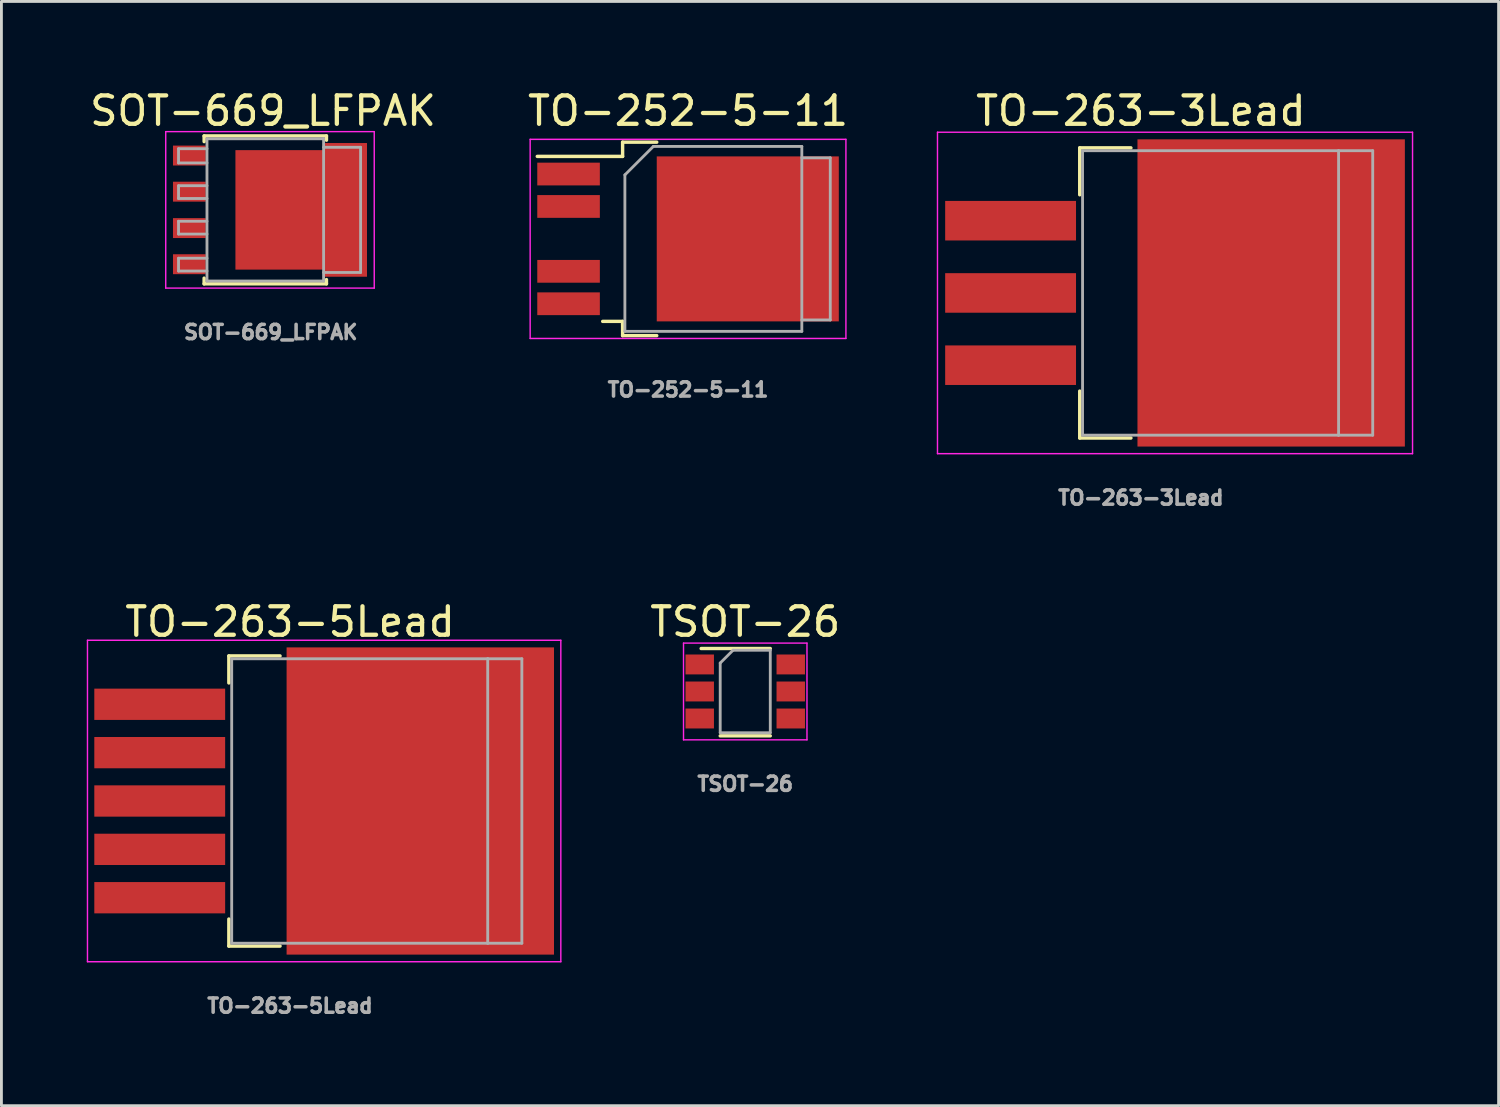
<source format=kicad_pcb>
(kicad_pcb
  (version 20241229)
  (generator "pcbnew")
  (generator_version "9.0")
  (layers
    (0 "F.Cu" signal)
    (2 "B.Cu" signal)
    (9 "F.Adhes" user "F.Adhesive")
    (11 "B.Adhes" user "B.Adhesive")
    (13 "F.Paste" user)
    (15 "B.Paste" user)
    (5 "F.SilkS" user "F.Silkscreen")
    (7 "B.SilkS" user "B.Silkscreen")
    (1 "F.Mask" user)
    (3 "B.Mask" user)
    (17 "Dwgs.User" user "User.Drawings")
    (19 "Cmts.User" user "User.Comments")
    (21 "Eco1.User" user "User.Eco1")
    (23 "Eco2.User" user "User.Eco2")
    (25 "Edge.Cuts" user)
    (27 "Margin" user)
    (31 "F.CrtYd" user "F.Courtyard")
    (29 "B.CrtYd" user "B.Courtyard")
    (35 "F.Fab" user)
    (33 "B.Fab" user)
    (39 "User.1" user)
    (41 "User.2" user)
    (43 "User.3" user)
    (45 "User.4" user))
  (footprint "TSOT-26"
    (layer "F.Cu")
    (at 23.148 21.258)
    (property "Reference" "TSOT-26" (at 0 -2.45 0) (layer "F.SilkS") (effects (font (size 1 1) (thickness 0.15))))
    (attr smd)
    (fp_line (start -0.88 1.56) (end 0.88 1.56) (stroke (width 0.12) (type solid)) (layer "F.SilkS"))
    (fp_line (start 0.88 -1.51) (end -1.55 -1.51) (stroke (width 0.12) (type solid)) (layer "F.SilkS"))
    (fp_line (start -2.17 -1.7) (end -2.17 1.7) (stroke (width 0.05) (type solid)) (layer "F.CrtYd"))
    (fp_line (start -2.17 -1.7) (end 2.17 -1.7) (stroke (width 0.05) (type solid)) (layer "F.CrtYd"))
    (fp_line (start 2.17 1.7) (end -2.17 1.7) (stroke (width 0.05) (type solid)) (layer "F.CrtYd"))
    (fp_line (start 2.17 1.7) (end 2.17 -1.7) (stroke (width 0.05) (type solid)) (layer "F.CrtYd"))
    (fp_line (start -0.88 -1) (end -0.88 1.45) (stroke (width 0.1) (type solid)) (layer "F.Fab"))
    (fp_line (start -0.88 -1) (end -0.43 -1.45) (stroke (width 0.1) (type solid)) (layer "F.Fab"))
    (fp_line (start 0.88 -1.45) (end -0.43 -1.45) (stroke (width 0.1) (type solid)) (layer "F.Fab"))
    (fp_line (start 0.88 -1.45) (end 0.88 1.45) (stroke (width 0.1) (type solid)) (layer "F.Fab"))
    (fp_line (start 0.88 1.45) (end -0.88 1.45) (stroke (width 0.1) (type solid)) (layer "F.Fab"))
    (fp_text user "${REFERENCE}" (at 0 3.25 0) (layer "F.Fab") (effects (font (size 0.5 0.5) (thickness 0.125))))
    (pad "1" smd rect (at -1.6 -0.95) (size 1 0.7) (layers "F.Cu" "F.Mask" "F.Paste"))
    (pad "2" smd rect (at -1.6 0) (size 1 0.7) (layers "F.Cu" "F.Mask" "F.Paste"))
    (pad "3" smd rect (at -1.6 0.95) (size 1 0.7) (layers "F.Cu" "F.Mask" "F.Paste"))
    (pad "4" smd rect (at 1.6 0.95) (size 1 0.7) (layers "F.Cu" "F.Mask" "F.Paste"))
    (pad "5" smd rect (at 1.6 0) (size 1 0.7) (layers "F.Cu" "F.Mask" "F.Paste"))
    (pad "6" smd rect (at 1.6 -0.95) (size 1 0.7) (layers "F.Cu" "F.Mask" "F.Paste")))
  (footprint "SOT-669_LFPAK"
    (layer "F.Cu")
    (at 6.466 4.328)
    (property "Reference" "SOT-669_LFPAK" (at -0.27 -3.48 0) (layer "F.SilkS") (effects (font (size 1 1) (thickness 0.15))))
    (attr smd)
    (fp_line (start -2.34 -2.6) (end -2.34 -2.4) (stroke (width 0.12) (type solid)) (layer "F.SilkS"))
    (fp_line (start -2.34 2.4) (end -2.34 2.6) (stroke (width 0.12) (type solid)) (layer "F.SilkS"))
    (fp_line (start -2.34 2.6) (end 1.96 2.6) (stroke (width 0.12) (type solid)) (layer "F.SilkS"))
    (fp_line (start 1.96 -2.6) (end -2.34 -2.6) (stroke (width 0.12) (type solid)) (layer "F.SilkS"))
    (fp_line (start 1.96 -2.45) (end 1.96 -2.6) (stroke (width 0.12) (type solid)) (layer "F.SilkS"))
    (fp_line (start 1.96 2.6) (end 1.96 2.45) (stroke (width 0.12) (type solid)) (layer "F.SilkS"))
    (fp_line (start -3.69 2.75) (end -3.69 -2.75) (stroke (width 0.05) (type solid)) (layer "F.CrtYd"))
    (fp_line (start -3.69 2.75) (end 3.64 2.75) (stroke (width 0.05) (type solid)) (layer "F.CrtYd"))
    (fp_line (start 3.64 -2.75) (end -3.69 -2.75) (stroke (width 0.05) (type solid)) (layer "F.CrtYd"))
    (fp_line (start 3.64 -2.75) (end 3.64 2.75) (stroke (width 0.05) (type solid)) (layer "F.CrtYd"))
    (fp_line (start -3.24 -2.15) (end -3.24 -1.65) (stroke (width 0.1) (type solid)) (layer "F.Fab"))
    (fp_line (start -3.24 -2.15) (end -2.24 -2.15) (stroke (width 0.1) (type solid)) (layer "F.Fab"))
    (fp_line (start -3.24 -1.65) (end -2.24 -1.65) (stroke (width 0.1) (type solid)) (layer "F.Fab"))
    (fp_line (start -3.24 -0.85) (end -3.24 -0.4) (stroke (width 0.1) (type solid)) (layer "F.Fab"))
    (fp_line (start -3.24 -0.4) (end -2.24 -0.4) (stroke (width 0.1) (type solid)) (layer "F.Fab"))
    (fp_line (start -3.24 0.4) (end -3.24 0.85) (stroke (width 0.1) (type solid)) (layer "F.Fab"))
    (fp_line (start -3.24 0.85) (end -2.24 0.85) (stroke (width 0.1) (type solid)) (layer "F.Fab"))
    (fp_line (start -3.24 1.7) (end -3.24 2.15) (stroke (width 0.1) (type solid)) (layer "F.Fab"))
    (fp_line (start -3.24 2.15) (end -2.24 2.15) (stroke (width 0.1) (type solid)) (layer "F.Fab"))
    (fp_line (start -2.24 -2.5) (end -2.24 2.5) (stroke (width 0.1) (type solid)) (layer "F.Fab"))
    (fp_line (start -2.24 -0.85) (end -3.24 -0.85) (stroke (width 0.1) (type solid)) (layer "F.Fab"))
    (fp_line (start -2.24 0.4) (end -3.24 0.4) (stroke (width 0.1) (type solid)) (layer "F.Fab"))
    (fp_line (start -2.24 1.7) (end -3.24 1.7) (stroke (width 0.1) (type solid)) (layer "F.Fab"))
    (fp_line (start -2.24 2.5) (end 1.86 2.5) (stroke (width 0.1) (type solid)) (layer "F.Fab"))
    (fp_line (start 1.86 -2.5) (end -2.24 -2.5) (stroke (width 0.1) (type solid)) (layer "F.Fab"))
    (fp_line (start 1.86 2.5) (end 1.86 -2.5) (stroke (width 0.1) (type solid)) (layer "F.Fab"))
    (fp_line (start 3.16 -2.2) (end 1.86 -2.2) (stroke (width 0.1) (type solid)) (layer "F.Fab"))
    (fp_line (start 3.16 -2.2) (end 3.16 2.2) (stroke (width 0.1) (type solid)) (layer "F.Fab"))
    (fp_line (start 3.16 2.2) (end 1.86 2.2) (stroke (width 0.1) (type solid)) (layer "F.Fab"))
    (fp_text user "${REFERENCE}" (at 0 4.3 0) (layer "F.Fab") (effects (font (size 0.5 0.5) (thickness 0.125))))
    (pad "1" smd rect (at -2.86 -1.91 270) (size 0.7 1.15) (layers "F.Cu" "F.Mask" "F.Paste"))
    (pad "2" smd rect (at -2.86 -0.64 270) (size 0.7 1.15) (layers "F.Cu" "F.Mask" "F.Paste"))
    (pad "3" smd rect (at -2.86 0.64 270) (size 0.7 1.15) (layers "F.Cu" "F.Mask" "F.Paste"))
    (pad "4" smd rect (at -2.86 1.91 270) (size 0.7 1.15) (layers "F.Cu" "F.Mask" "F.Paste"))
    (pad "5" smd rect (at -0.69 -1.15) (size 0.6 0.9) (layers "F.Cu" "F.Mask" "F.Paste"))
    (pad "5" smd rect (at -0.69 0) (size 0.6 0.9) (layers "F.Cu" "F.Mask" "F.Paste"))
    (pad "5" smd rect (at -0.69 1.15) (size 0.6 0.9) (layers "F.Cu" "F.Mask" "F.Paste"))
    (pad "5" smd rect (at 0.16 -1.15) (size 0.6 0.9) (layers "F.Cu" "F.Mask" "F.Paste"))
    (pad "5" smd rect (at 0.16 0) (size 0.6 0.9) (layers "F.Cu" "F.Mask" "F.Paste"))
    (pad "5" smd rect (at 0.16 1.15) (size 0.6 0.9) (layers "F.Cu" "F.Mask" "F.Paste"))
    (pad "5" smd rect (at 0.41 0 270) (size 4.2 3.3) (layers "F.Cu" "F.Mask" "F.Paste"))
    (pad "5" smd rect (at 1.01 -1.15) (size 0.6 0.9) (layers "F.Cu" "F.Mask" "F.Paste"))
    (pad "5" smd rect (at 1.01 0) (size 0.6 0.9) (layers "F.Cu" "F.Mask" "F.Paste"))
    (pad "5" smd rect (at 1.01 1.15) (size 0.6 0.9) (layers "F.Cu" "F.Mask" "F.Paste"))
    (pad "5" smd rect (at 2.61 0 270) (size 4.7 1.55) (layers "F.Cu" "F.Mask" "F.Paste"))
    (pad "5" smd rect (at 2.86 -1.88 270) (size 0.6 0.9) (layers "F.Cu" "F.Mask" "F.Paste"))
    (pad "5" smd rect (at 2.86 -0.6 270) (size 0.6 0.9) (layers "F.Cu" "F.Mask" "F.Paste"))
    (pad "5" smd rect (at 2.86 0.6 270) (size 0.6 0.9) (layers "F.Cu" "F.Mask" "F.Paste"))
    (pad "5" smd rect (at 2.86 1.88 270) (size 0.6 0.9) (layers "F.Cu" "F.Mask" "F.Paste")))
  (footprint "TO-263-3Lead"
    (layer "F.Cu")
    (at 37.056 7.248)
    (property "Reference" "TO-263-3Lead" (at 0 -6.4 180) (layer "F.SilkS") (effects (font (size 1 1) (thickness 0.15))))
    (attr smd)
    (fp_line (start -2.15 -5.1) (end -2.15 -3.45) (stroke (width 0.12) (type solid)) (layer "F.SilkS"))
    (fp_line (start -2.15 3.45) (end -2.15 5.1) (stroke (width 0.12) (type solid)) (layer "F.SilkS"))
    (fp_line (start -2.15 5.1) (end -0.35 5.1) (stroke (width 0.12) (type solid)) (layer "F.SilkS"))
    (fp_line (start -0.35 -5.1) (end -2.15 -5.1) (stroke (width 0.12) (type solid)) (layer "F.SilkS"))
    (fp_line (start -7.15 -5.65) (end -7.15 5.65) (stroke (width 0.05) (type solid)) (layer "F.CrtYd"))
    (fp_line (start 9.55 -5.65) (end -7.15 -5.65) (stroke (width 0.05) (type solid)) (layer "F.CrtYd"))
    (fp_line (start 9.55 -5.65) (end 9.55 5.65) (stroke (width 0.05) (type solid)) (layer "F.CrtYd"))
    (fp_line (start 9.55 5.65) (end -7.15 5.65) (stroke (width 0.05) (type solid)) (layer "F.CrtYd"))
    (fp_line (start -2.05 -5) (end -2.05 5) (stroke (width 0.1) (type solid)) (layer "F.Fab"))
    (fp_line (start -2.05 5) (end 6.95 5) (stroke (width 0.1) (type solid)) (layer "F.Fab"))
    (fp_line (start 6.95 -5) (end -2.05 -5) (stroke (width 0.1) (type solid)) (layer "F.Fab"))
    (fp_line (start 6.95 5) (end 6.95 -5) (stroke (width 0.1) (type solid)) (layer "F.Fab"))
    (fp_line (start 6.95 5) (end 8.15 5) (stroke (width 0.1) (type solid)) (layer "F.Fab"))
    (fp_line (start 8.15 -5) (end 6.95 -5) (stroke (width 0.1) (type solid)) (layer "F.Fab"))
    (fp_line (start 8.15 5) (end 8.15 -5) (stroke (width 0.1) (type solid)) (layer "F.Fab"))
    (fp_text user "${REFERENCE}" (at 0 7.2 0) (layer "F.Fab") (effects (font (size 0.5 0.5) (thickness 0.125))))
    (pad "1" smd rect (at -4.58 -2.54) (size 4.6 1.39) (layers "F.Cu" "F.Mask" "F.Paste"))
    (pad "2" smd rect (at -4.58 0) (size 4.6 1.39) (layers "F.Cu" "F.Mask" "F.Paste"))
    (pad "2" smd rect (at 4.58 0) (size 9.4 10.8) (layers "F.Cu" "F.Mask" "F.Paste"))
    (pad "3" smd rect (at -4.58 2.54) (size 4.6 1.39) (layers "F.Cu" "F.Mask" "F.Paste")))
  (footprint "TO-252-5-11"
    (layer "F.Cu")
    (at 21.137 5.348)
    (property "Reference" "TO-252-5-11" (at 0 -4.5 0) (layer "F.SilkS") (effects (font (size 1 1) (thickness 0.15))))
    (attr smd)
    (fp_line (start -5.3 -2.9) (end -2.3 -2.9) (stroke (width 0.12) (type solid)) (layer "F.SilkS"))
    (fp_line (start -3 2.9) (end -2.3 2.9) (stroke (width 0.12) (type solid)) (layer "F.SilkS"))
    (fp_line (start -2.3 -3.4) (end -1.1 -3.4) (stroke (width 0.12) (type solid)) (layer "F.SilkS"))
    (fp_line (start -2.3 -2.9) (end -2.3 -3.4) (stroke (width 0.12) (type solid)) (layer "F.SilkS"))
    (fp_line (start -2.3 2.9) (end -2.3 3) (stroke (width 0.12) (type solid)) (layer "F.SilkS"))
    (fp_line (start -2.3 3.4) (end -2.3 3) (stroke (width 0.12) (type solid)) (layer "F.SilkS"))
    (fp_line (start -1.1 3.4) (end -2.3 3.4) (stroke (width 0.12) (type solid)) (layer "F.SilkS"))
    (fp_line (start -5.55 -3.5) (end -5.55 3.5) (stroke (width 0.05) (type solid)) (layer "F.CrtYd"))
    (fp_line (start -5.55 -3.5) (end 5.55 -3.5) (stroke (width 0.05) (type solid)) (layer "F.CrtYd"))
    (fp_line (start -5.55 3.5) (end 5.55 3.5) (stroke (width 0.05) (type solid)) (layer "F.CrtYd"))
    (fp_line (start 5.55 -3.5) (end 5.55 3.5) (stroke (width 0.05) (type solid)) (layer "F.CrtYd"))
    (fp_line (start -2.22 -2.25) (end -2.22 3.25) (stroke (width 0.1) (type solid)) (layer "F.Fab"))
    (fp_line (start -2.22 -2.25) (end -1.22 -3.25) (stroke (width 0.1) (type solid)) (layer "F.Fab"))
    (fp_line (start -2.22 3.25) (end 4 3.25) (stroke (width 0.1) (type solid)) (layer "F.Fab"))
    (fp_line (start -1.22 -3.25) (end 4 -3.25) (stroke (width 0.1) (type solid)) (layer "F.Fab"))
    (fp_line (start 4 -3.25) (end 4 3.25) (stroke (width 0.1) (type solid)) (layer "F.Fab"))
    (fp_line (start 4 -2.85) (end 5 -2.85) (stroke (width 0.1) (type solid)) (layer "F.Fab"))
    (fp_line (start 4 2.85) (end 5 2.85) (stroke (width 0.1) (type solid)) (layer "F.Fab"))
    (fp_line (start 5 -2.85) (end 5 2.85) (stroke (width 0.1) (type solid)) (layer "F.Fab"))
    (fp_text user "${REFERENCE}" (at 0 5.3 0) (layer "F.Fab") (effects (font (size 0.5 0.5) (thickness 0.125))))
    (pad "1" smd rect (at -4.2 -2.28) (size 2.2 0.8) (layers "F.Cu" "F.Mask" "F.Paste"))
    (pad "2" smd rect (at -4.2 -1.14) (size 2.2 0.8) (layers "F.Cu" "F.Mask" "F.Paste"))
    (pad "4" smd rect (at -4.2 1.14) (size 2.2 0.8) (layers "F.Cu" "F.Mask" "F.Paste"))
    (pad "5" smd rect (at -4.2 2.28) (size 2.2 0.8) (layers "F.Cu" "F.Mask" "F.Paste"))
    (pad "6" smd rect (at 2.1 0) (size 6.4 5.8) (layers "F.Cu" "F.Mask" "F.Paste")))
  (footprint "TO-263-5Lead"
    (layer "F.Cu")
    (at 7.145 25.108)
    (property "Reference" "TO-263-5Lead" (at 0 -6.3 180) (layer "F.SilkS") (effects (font (size 1 1) (thickness 0.15))))
    (attr smd)
    (fp_line (start -2.15 -5.1) (end -2.15 -4.15) (stroke (width 0.12) (type solid)) (layer "F.SilkS"))
    (fp_line (start -2.15 5.1) (end -2.15 4.15) (stroke (width 0.12) (type solid)) (layer "F.SilkS"))
    (fp_line (start -2.15 5.1) (end -0.35 5.1) (stroke (width 0.12) (type solid)) (layer "F.SilkS"))
    (fp_line (start -0.35 -5.1) (end -2.15 -5.1) (stroke (width 0.12) (type solid)) (layer "F.SilkS"))
    (fp_line (start -7.12 -5.65) (end -7.12 5.65) (stroke (width 0.05) (type solid)) (layer "F.CrtYd"))
    (fp_line (start 9.52 -5.65) (end -7.12 -5.65) (stroke (width 0.05) (type solid)) (layer "F.CrtYd"))
    (fp_line (start 9.52 -5.65) (end 9.52 5.65) (stroke (width 0.05) (type solid)) (layer "F.CrtYd"))
    (fp_line (start 9.52 5.65) (end -7.12 5.65) (stroke (width 0.05) (type solid)) (layer "F.CrtYd"))
    (fp_line (start -2.05 -5) (end -2.05 5) (stroke (width 0.1) (type solid)) (layer "F.Fab"))
    (fp_line (start -2.05 5) (end 6.95 5) (stroke (width 0.1) (type solid)) (layer "F.Fab"))
    (fp_line (start 6.95 -5) (end -2.05 -5) (stroke (width 0.1) (type solid)) (layer "F.Fab"))
    (fp_line (start 6.95 5) (end 6.95 -5) (stroke (width 0.1) (type solid)) (layer "F.Fab"))
    (fp_line (start 6.95 5) (end 8.15 5) (stroke (width 0.1) (type solid)) (layer "F.Fab"))
    (fp_line (start 8.15 -5) (end 6.95 -5) (stroke (width 0.1) (type solid)) (layer "F.Fab"))
    (fp_line (start 8.15 5) (end 8.15 -5) (stroke (width 0.1) (type solid)) (layer "F.Fab"))
    (fp_text user "${REFERENCE}" (at 0 7.2 0) (layer "F.Fab") (effects (font (size 0.5 0.5) (thickness 0.125))))
    (pad "1" smd rect (at -4.58 -3.4) (size 4.6 1.1) (layers "F.Cu" "F.Mask" "F.Paste"))
    (pad "2" smd rect (at -4.58 -1.7) (size 4.6 1.1) (layers "F.Cu" "F.Mask" "F.Paste"))
    (pad "3" smd rect (at -4.58 0) (size 4.6 1.1) (layers "F.Cu" "F.Mask" "F.Paste"))
    (pad "3" smd rect (at 4.58 0) (size 9.4 10.8) (layers "F.Cu" "F.Mask" "F.Paste"))
    (pad "4" smd rect (at -4.58 1.7) (size 4.6 1.1) (layers "F.Cu" "F.Mask" "F.Paste"))
    (pad "5" smd rect (at -4.58 3.4) (size 4.6 1.1) (layers "F.Cu" "F.Mask" "F.Paste")))
  (gr_rect
    (start -3 -3)
    (end 49.631 35.82)
    (stroke (width 0.1) (type default))
    (fill no)
    (layer "Edge.Cuts")))
</source>
